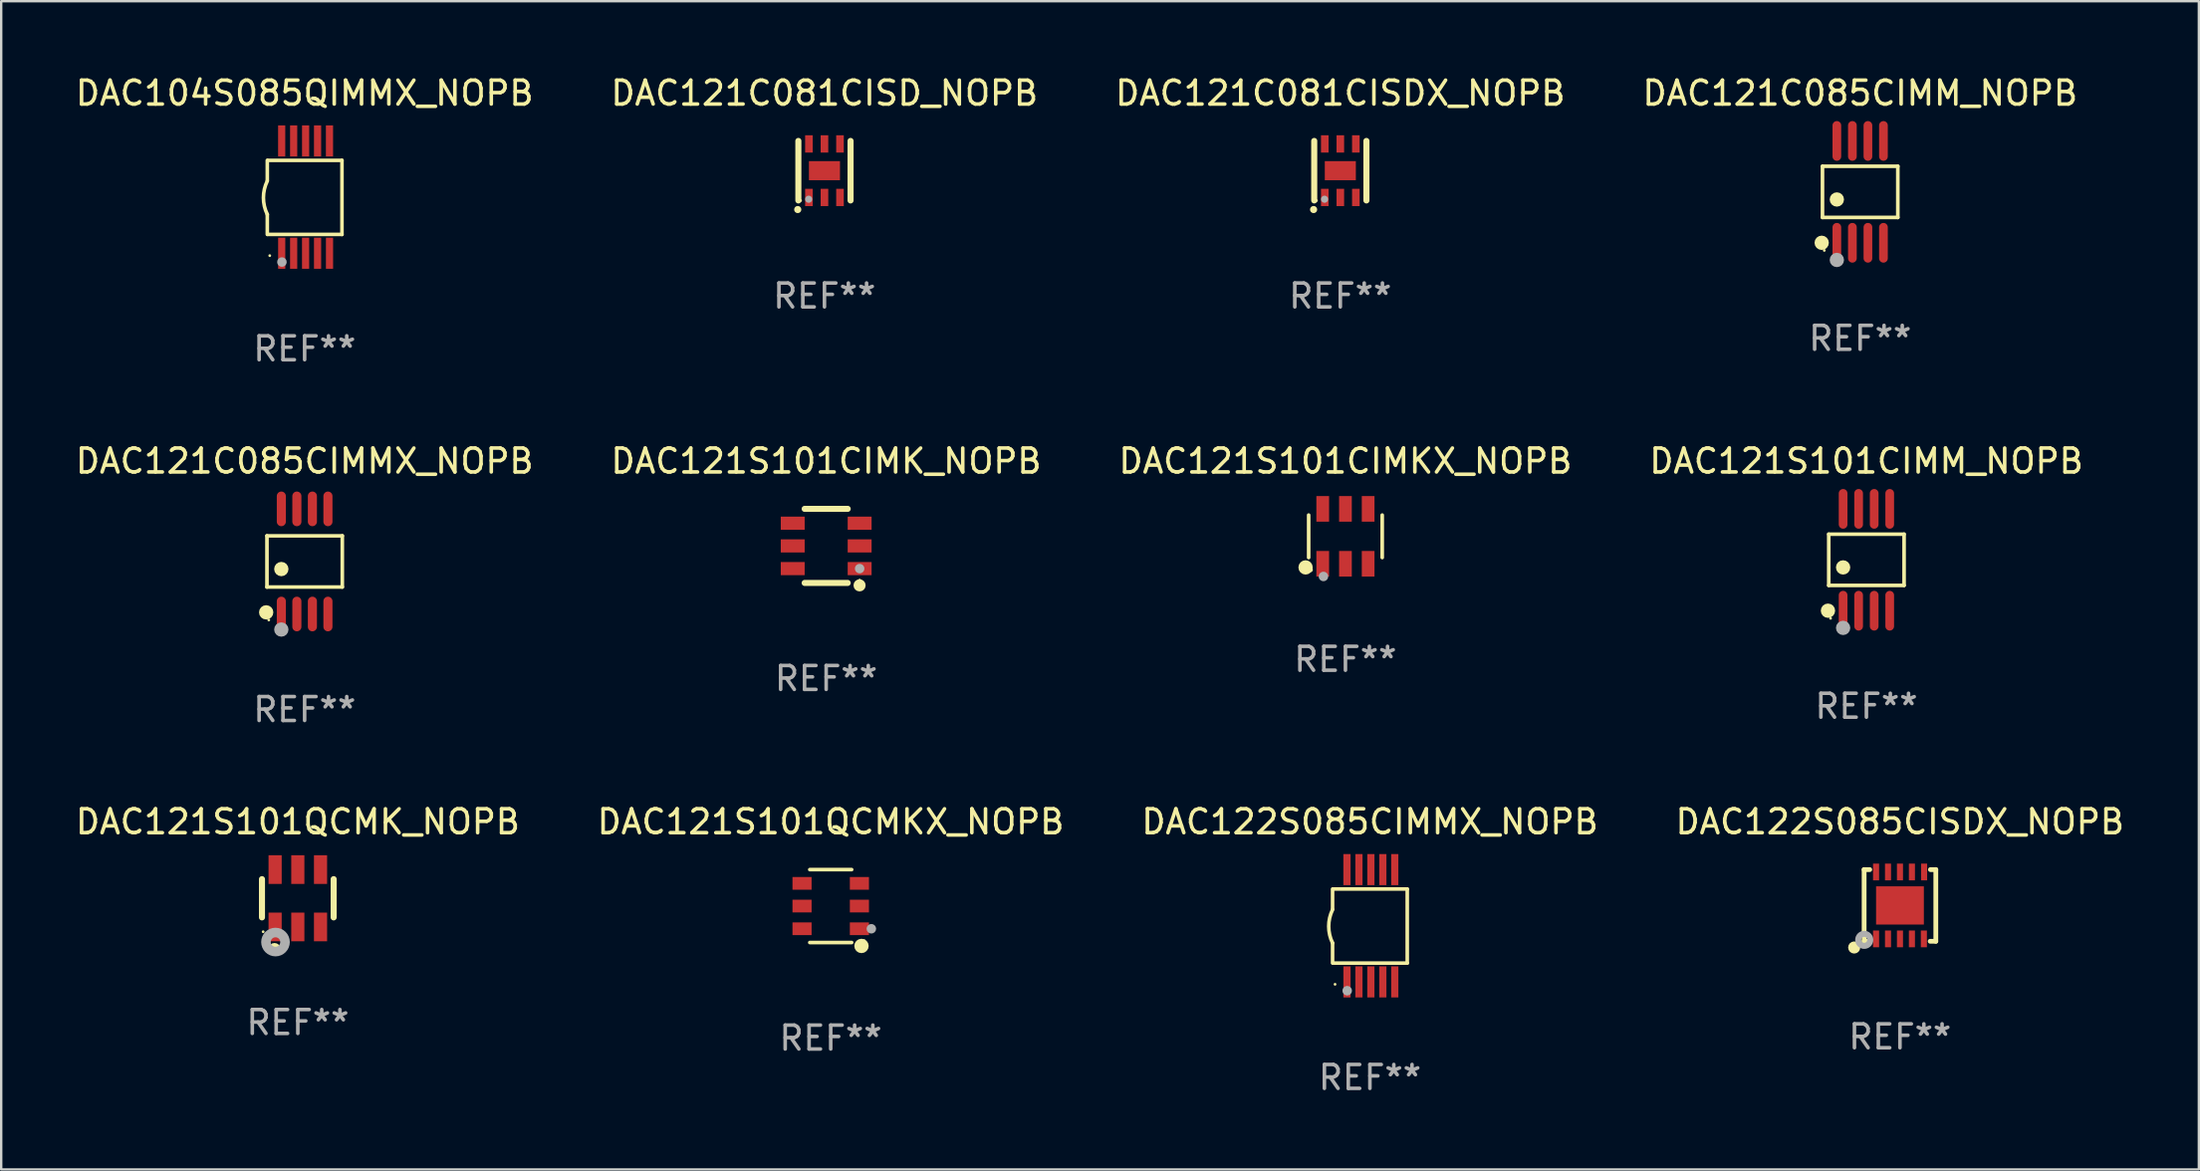
<source format=kicad_pcb>
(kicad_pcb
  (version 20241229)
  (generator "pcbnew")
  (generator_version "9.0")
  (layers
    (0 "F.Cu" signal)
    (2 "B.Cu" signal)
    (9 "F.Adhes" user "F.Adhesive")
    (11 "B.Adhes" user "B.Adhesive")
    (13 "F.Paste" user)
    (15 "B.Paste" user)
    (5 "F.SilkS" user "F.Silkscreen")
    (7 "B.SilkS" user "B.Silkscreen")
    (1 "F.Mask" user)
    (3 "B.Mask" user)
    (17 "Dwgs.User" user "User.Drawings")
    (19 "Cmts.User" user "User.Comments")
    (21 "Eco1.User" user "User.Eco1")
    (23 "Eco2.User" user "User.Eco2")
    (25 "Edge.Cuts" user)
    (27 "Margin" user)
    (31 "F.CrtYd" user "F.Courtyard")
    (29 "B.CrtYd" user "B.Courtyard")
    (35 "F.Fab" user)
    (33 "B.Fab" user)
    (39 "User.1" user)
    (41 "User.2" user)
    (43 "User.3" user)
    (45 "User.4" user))
  (footprint "DAC104S085QIMMX_NOPB"
    (layer "F.Cu")
    (at 9.696 5.198)
    (property "Reference" "DAC104S085QIMMX_NOPB" (at 0 -4.35 0) (layer "F.SilkS") (effects (font (size 1 1) (thickness 0.15))))
    (attr through_hole)
    (fp_line (start -1.562 -1.537) (end -1.562 -0.698) (stroke (width 0.15) (type solid)) (layer "F.SilkS"))
    (fp_line (start -1.562 0.724) (end -1.562 1.562) (stroke (width 0.15) (type solid)) (layer "F.SilkS"))
    (fp_line (start -1.538 -1.537) (end 1.562 -1.537) (stroke (width 0.15) (type solid)) (layer "F.SilkS"))
    (fp_line (start -1.538 1.562) (end 1.562 1.562) (stroke (width 0.15) (type solid)) (layer "F.SilkS"))
    (fp_line (start 1.562 1.564) (end 1.562 -1.537) (stroke (width 0.15) (type solid)) (layer "F.SilkS"))
    (fp_arc (start -1.562103 0.724079) (mid -1.723579 0.025578) (end -1.562103 -0.672924) (stroke (width 0.150013) (type solid)) (layer "F.SilkS"))
    (fp_circle (center -1.459 2.45) (end -1.429 2.45) (stroke (width 0.06) (type solid)) (fill no) (layer "F.SilkS"))
    (fp_circle (center -0.95 2.718) (end -0.85 2.718) (stroke (width 0.2) (type solid)) (fill no) (layer "F.Fab"))
    (fp_text user "REF**" (at 0 6.35 0) (layer "F.Fab") (effects (font (size 1 1) (thickness 0.15))))
    (pad "1" smd rect (at -0.959 2.35) (size 0.3 1.3) (layers "F.Cu" "F.Mask" "F.Paste"))
    (pad "2" smd rect (at -0.459 2.35) (size 0.3 1.3) (layers "F.Cu" "F.Mask" "F.Paste"))
    (pad "3" smd rect (at 0.04 2.35) (size 0.3 1.3) (layers "F.Cu" "F.Mask" "F.Paste"))
    (pad "4" smd rect (at 0.541 2.35) (size 0.3 1.3) (layers "F.Cu" "F.Mask" "F.Paste"))
    (pad "5" smd rect (at 1.041 2.35) (size 0.3 1.3) (layers "F.Cu" "F.Mask" "F.Paste"))
    (pad "6" smd rect (at 1.04 -2.35) (size 0.3 1.3) (layers "F.Cu" "F.Mask" "F.Paste"))
    (pad "7" smd rect (at 0.541 -2.35) (size 0.3 1.3) (layers "F.Cu" "F.Mask" "F.Paste"))
    (pad "8" smd rect (at 0.041 -2.35) (size 0.3 1.3) (layers "F.Cu" "F.Mask" "F.Paste"))
    (pad "9" smd rect (at -0.459 -2.35) (size 0.3 1.3) (layers "F.Cu" "F.Mask" "F.Paste"))
    (pad "10" smd rect (at -0.96 -2.35) (size 0.3 1.3) (layers "F.Cu" "F.Mask" "F.Paste")))
  (footprint "DAC121S101CIMK_NOPB"
    (layer "F.Cu")
    (at 31.518 19.795)
    (property "Reference" "DAC121S101CIMK_NOPB" (at 0 -3.55 0) (layer "F.SilkS") (effects (font (size 1 1) (thickness 0.15))))
    (attr through_hole)
    (fp_line (start -0.9 -1.55) (end 0.9 -1.55) (stroke (width 0.254) (type solid)) (layer "F.SilkS"))
    (fp_line (start -0.9 1.55) (end 0.9 1.55) (stroke (width 0.254) (type solid)) (layer "F.SilkS"))
    (fp_circle (center 1.397 1.651) (end 1.524 1.651) (stroke (width 0.254) (type solid)) (fill no) (layer "F.SilkS"))
    (fp_circle (center 1.4 1.435) (end 1.43 1.435) (stroke (width 0.06) (type solid)) (fill no) (layer "F.SilkS"))
    (fp_circle (center 1.4 0.95) (end 1.5 0.95) (stroke (width 0.2) (type solid)) (fill no) (layer "F.Fab"))
    (fp_text user "REF**" (at 0 5.55 0) (layer "F.Fab") (effects (font (size 1 1) (thickness 0.15))))
    (pad "1" smd rect (at 1.4 0.95) (size 1 0.55) (layers "F.Cu" "F.Mask" "F.Paste"))
    (pad "2" smd rect (at 1.4 -0.000102) (size 1 0.55) (layers "F.Cu" "F.Mask" "F.Paste"))
    (pad "3" smd rect (at 1.4 -0.95) (size 1 0.55) (layers "F.Cu" "F.Mask" "F.Paste"))
    (pad "4" smd rect (at -1.4 -0.95) (size 1 0.55) (layers "F.Cu" "F.Mask" "F.Paste"))
    (pad "5" smd rect (at -1.4 -0.000102) (size 1 0.55) (layers "F.Cu" "F.Mask" "F.Paste"))
    (pad "6" smd rect (at -1.4 0.95) (size 1 0.55) (layers "F.Cu" "F.Mask" "F.Paste")))
  (footprint "DAC121C085CIMMX_NOPB"
    (layer "F.Cu")
    (at 9.696 20.445)
    (property "Reference" "DAC121C085CIMMX_NOPB" (at 0 -4.2 0) (layer "F.SilkS") (effects (font (size 1 1) (thickness 0.15))))
    (attr through_hole)
    (fp_line (start -1.576 -1.071) (end 1.576 -1.071) (stroke (width 0.152) (type solid)) (layer "F.SilkS"))
    (fp_line (start -1.576 1.071) (end -1.576 -1.071) (stroke (width 0.152) (type solid)) (layer "F.SilkS"))
    (fp_line (start 1.576 -1.071) (end 1.576 1.071) (stroke (width 0.152) (type solid)) (layer "F.SilkS"))
    (fp_line (start 1.576 1.071) (end -1.576 1.071) (stroke (width 0.152) (type solid)) (layer "F.SilkS"))
    (fp_circle (center -1.609 2.131) (end -1.459 2.131) (stroke (width 0.3) (type solid)) (fill no) (layer "F.SilkS"))
    (fp_circle (center -1.5 2.45) (end -1.47 2.45) (stroke (width 0.06) (type solid)) (fill no) (layer "F.SilkS"))
    (fp_circle (center -0.975 0.319) (end -0.825 0.319) (stroke (width 0.3) (type solid)) (fill no) (layer "F.SilkS"))
    (fp_circle (center -0.975 2.85) (end -0.825 2.85) (stroke (width 0.3) (type solid)) (fill no) (layer "F.Fab"))
    (fp_text user "REF**" (at 0 6.2 0) (layer "F.Fab") (effects (font (size 1 1) (thickness 0.15))))
    (pad "1" smd oval (at -0.975 2.2) (size 0.38 1.45) (layers "F.Cu" "F.Mask" "F.Paste"))
    (pad "2" smd oval (at -0.325 2.2) (size 0.38 1.45) (layers "F.Cu" "F.Mask" "F.Paste"))
    (pad "3" smd oval (at 0.325 2.2) (size 0.38 1.45) (layers "F.Cu" "F.Mask" "F.Paste"))
    (pad "4" smd oval (at 0.975 2.2) (size 0.38 1.45) (layers "F.Cu" "F.Mask" "F.Paste"))
    (pad "5" smd oval (at 0.975 -2.2) (size 0.38 1.45) (layers "F.Cu" "F.Mask" "F.Paste"))
    (pad "6" smd oval (at 0.325 -2.2) (size 0.38 1.45) (layers "F.Cu" "F.Mask" "F.Paste"))
    (pad "7" smd oval (at -0.325 -2.2) (size 0.38 1.45) (layers "F.Cu" "F.Mask" "F.Paste"))
    (pad "8" smd oval (at -0.975 -2.2) (size 0.38 1.45) (layers "F.Cu" "F.Mask" "F.Paste")))
  (footprint "DAC122S085CIMMX_NOPB"
    (layer "F.Cu")
    (at 54.268 35.691)
    (property "Reference" "DAC122S085CIMMX_NOPB" (at 0 -4.35 0) (layer "F.SilkS") (effects (font (size 1 1) (thickness 0.15))))
    (attr through_hole)
    (fp_line (start -1.562 -1.537) (end -1.562 -0.698) (stroke (width 0.15) (type solid)) (layer "F.SilkS"))
    (fp_line (start -1.562 0.724) (end -1.562 1.562) (stroke (width 0.15) (type solid)) (layer "F.SilkS"))
    (fp_line (start -1.538 -1.537) (end 1.562 -1.537) (stroke (width 0.15) (type solid)) (layer "F.SilkS"))
    (fp_line (start -1.538 1.562) (end 1.562 1.562) (stroke (width 0.15) (type solid)) (layer "F.SilkS"))
    (fp_line (start 1.562 1.564) (end 1.562 -1.537) (stroke (width 0.15) (type solid)) (layer "F.SilkS"))
    (fp_arc (start -1.562103 0.724079) (mid -1.723579 0.025578) (end -1.562103 -0.672924) (stroke (width 0.150013) (type solid)) (layer "F.SilkS"))
    (fp_circle (center -1.459 2.45) (end -1.429 2.45) (stroke (width 0.06) (type solid)) (fill no) (layer "F.SilkS"))
    (fp_circle (center -0.95 2.718) (end -0.85 2.718) (stroke (width 0.2) (type solid)) (fill no) (layer "F.Fab"))
    (fp_text user "REF**" (at 0 6.35 0) (layer "F.Fab") (effects (font (size 1 1) (thickness 0.15))))
    (pad "1" smd rect (at -0.959 2.35) (size 0.3 1.3) (layers "F.Cu" "F.Mask" "F.Paste"))
    (pad "2" smd rect (at -0.459 2.35) (size 0.3 1.3) (layers "F.Cu" "F.Mask" "F.Paste"))
    (pad "3" smd rect (at 0.04 2.35) (size 0.3 1.3) (layers "F.Cu" "F.Mask" "F.Paste"))
    (pad "4" smd rect (at 0.541 2.35) (size 0.3 1.3) (layers "F.Cu" "F.Mask" "F.Paste"))
    (pad "5" smd rect (at 1.041 2.35) (size 0.3 1.3) (layers "F.Cu" "F.Mask" "F.Paste"))
    (pad "6" smd rect (at 1.04 -2.35) (size 0.3 1.3) (layers "F.Cu" "F.Mask" "F.Paste"))
    (pad "7" smd rect (at 0.541 -2.35) (size 0.3 1.3) (layers "F.Cu" "F.Mask" "F.Paste"))
    (pad "8" smd rect (at 0.041 -2.35) (size 0.3 1.3) (layers "F.Cu" "F.Mask" "F.Paste"))
    (pad "9" smd rect (at -0.459 -2.35) (size 0.3 1.3) (layers "F.Cu" "F.Mask" "F.Paste"))
    (pad "10" smd rect (at -0.96 -2.35) (size 0.3 1.3) (layers "F.Cu" "F.Mask" "F.Paste")))
  (footprint "DAC122S085CISDX_NOPB"
    (layer "F.Cu")
    (at 76.446 34.841)
    (property "Reference" "DAC122S085CISDX_NOPB" (at 0 -3.5 0) (layer "F.SilkS") (effects (font (size 1 1) (thickness 0.15))))
    (attr through_hole)
    (fp_line (start -1.5 -1.5) (end -1.5 1.5) (stroke (width 0.2) (type solid)) (layer "F.SilkS"))
    (fp_line (start -1.5 -1.5) (end -1.264 -1.5) (stroke (width 0.2) (type solid)) (layer "F.SilkS"))
    (fp_line (start -1.5 1.5) (end -1.264 1.5) (stroke (width 0.2) (type solid)) (layer "F.SilkS"))
    (fp_line (start 1.264 1.5) (end 1.5 1.5) (stroke (width 0.2) (type solid)) (layer "F.SilkS"))
    (fp_line (start 1.274 -1.5) (end 1.5 -1.5) (stroke (width 0.2) (type solid)) (layer "F.SilkS"))
    (fp_line (start 1.5 -1.5) (end 1.5 1.5) (stroke (width 0.2) (type solid)) (layer "F.SilkS"))
    (fp_circle (center -1.915 1.76) (end -1.788 1.76) (stroke (width 0.254) (type solid)) (fill no) (layer "F.SilkS"))
    (fp_circle (center -1.495 1.5) (end -1.465 1.5) (stroke (width 0.06) (type solid)) (fill no) (layer "F.SilkS"))
    (fp_circle (center -1.495 1.44) (end -1.37 1.44) (stroke (width 0.254) (type solid)) (fill no) (layer "F.Fab"))
    (fp_text user "REF**" (at 0 5.5 0) (layer "F.Fab") (effects (font (size 1 1) (thickness 0.15))))
    (pad "1" smd rect (at -1 1.4) (size 0.254 0.701) (layers "F.Cu" "F.Mask" "F.Paste"))
    (pad "2" smd rect (at -0.5 1.4) (size 0.254 0.701) (layers "F.Cu" "F.Mask" "F.Paste"))
    (pad "3" smd rect (at 0.000076 1.4) (size 0.254 0.701) (layers "F.Cu" "F.Mask" "F.Paste"))
    (pad "4" smd rect (at 0.5 1.4) (size 0.254 0.701) (layers "F.Cu" "F.Mask" "F.Paste"))
    (pad "5" smd rect (at 1 1.4) (size 0.254 0.701) (layers "F.Cu" "F.Mask" "F.Paste"))
    (pad "6" smd rect (at 1.01 -1.4) (size 0.254 0.701) (layers "F.Cu" "F.Mask" "F.Paste"))
    (pad "7" smd rect (at 0.5 -1.4) (size 0.254 0.701) (layers "F.Cu" "F.Mask" "F.Paste"))
    (pad "8" smd rect (at 0.000076 -1.4) (size 0.254 0.701) (layers "F.Cu" "F.Mask" "F.Paste"))
    (pad "9" smd rect (at -0.5 -1.4) (size 0.254 0.701) (layers "F.Cu" "F.Mask" "F.Paste"))
    (pad "10" smd rect (at -1 -1.4) (size 0.254 0.701) (layers "F.Cu" "F.Mask" "F.Paste"))
    (pad "11" smd rect (at 0.000076 -0.000152) (size 2 1.6) (layers "F.Cu" "F.Mask" "F.Paste")))
  (footprint "DAC121S101QCMK_NOPB"
    (layer "F.Cu")
    (at 9.411 34.541)
    (property "Reference" "DAC121S101QCMK_NOPB" (at 0 -3.2 0) (layer "F.SilkS") (effects (font (size 1 1) (thickness 0.15))))
    (attr through_hole)
    (fp_line (start -1.5 0.8) (end -1.5 -0.8) (stroke (width 0.254) (type solid)) (layer "F.SilkS"))
    (fp_line (start 1.5 -0.8) (end 1.5 0.8) (stroke (width 0.254) (type solid)) (layer "F.SilkS"))
    (fp_circle (center -1.45 1.4) (end -1.42 1.4) (stroke (width 0.06) (type solid)) (fill no) (layer "F.SilkS"))
    (fp_circle (center -0.975 2.125) (end -0.848 2.125) (stroke (width 0.254) (type solid)) (fill no) (layer "F.SilkS"))
    (fp_circle (center -0.934 1.832) (end -0.735 1.832) (stroke (width 0.4) (type solid)) (fill no) (layer "F.Fab"))
    (fp_text user "REF**" (at 0 5.2 0) (layer "F.Fab") (effects (font (size 1 1) (thickness 0.15))))
    (pad "1" smd rect (at -0.95 1.2) (size 0.55 1.2) (layers "F.Cu" "F.Mask" "F.Paste"))
    (pad "2" smd rect (at 0 1.2) (size 0.55 1.2) (layers "F.Cu" "F.Mask" "F.Paste"))
    (pad "3" smd rect (at 0.95 1.2) (size 0.55 1.2) (layers "F.Cu" "F.Mask" "F.Paste"))
    (pad "4" smd rect (at 0.95 -1.2) (size 0.55 1.2) (layers "F.Cu" "F.Mask" "F.Paste"))
    (pad "5" smd rect (at 0 -1.2) (size 0.55 1.2) (layers "F.Cu" "F.Mask" "F.Paste"))
    (pad "6" smd rect (at -0.95 -1.2) (size 0.55 1.2) (layers "F.Cu" "F.Mask" "F.Paste")))
  (footprint "DAC121S101QCMKX_NOPB"
    (layer "F.Cu")
    (at 31.708 34.867)
    (property "Reference" "DAC121S101QCMKX_NOPB" (at 0 -3.526 0) (layer "F.SilkS") (effects (font (size 1 1) (thickness 0.15))))
    (attr through_hole)
    (fp_line (start 0.876 -1.526) (end -0.876 -1.526) (stroke (width 0.152) (type solid)) (layer "F.SilkS"))
    (fp_line (start 0.876 1.526) (end -0.876 1.526) (stroke (width 0.152) (type solid)) (layer "F.SilkS"))
    (fp_circle (center 1.287 1.669) (end 1.438 1.669) (stroke (width 0.3) (type solid)) (fill no) (layer "F.SilkS"))
    (fp_circle (center 1.4 1.45) (end 1.43 1.45) (stroke (width 0.06) (type solid)) (fill no) (layer "F.SilkS"))
    (fp_circle (center 1.7 0.95) (end 1.8 0.95) (stroke (width 0.2) (type solid)) (fill no) (layer "F.Fab"))
    (fp_text user "REF**" (at 0 5.526 0) (layer "F.Fab") (effects (font (size 1 1) (thickness 0.15))))
    (pad "1" smd rect (at 1.2 0.95) (size 0.8 0.532) (layers "F.Cu" "F.Mask" "F.Paste"))
    (pad "2" smd rect (at 1.2 0) (size 0.8 0.532) (layers "F.Cu" "F.Mask" "F.Paste"))
    (pad "3" smd rect (at 1.2 -0.95) (size 0.8 0.532) (layers "F.Cu" "F.Mask" "F.Paste"))
    (pad "4" smd rect (at -1.2 -0.95) (size 0.8 0.532) (layers "F.Cu" "F.Mask" "F.Paste"))
    (pad "5" smd rect (at -1.2 0) (size 0.8 0.532) (layers "F.Cu" "F.Mask" "F.Paste"))
    (pad "6" smd rect (at -1.2 0.95) (size 0.8 0.532) (layers "F.Cu" "F.Mask" "F.Paste")))
  (footprint "DAC121C085CIMM_NOPB"
    (layer "F.Cu")
    (at 74.78 4.979)
    (property "Reference" "DAC121C085CIMM_NOPB" (at 0 -4.131 0) (layer "F.SilkS") (effects (font (size 1 1) (thickness 0.15))))
    (attr through_hole)
    (fp_line (start -1.576 -1.071) (end 1.576 -1.071) (stroke (width 0.152) (type solid)) (layer "F.SilkS"))
    (fp_line (start -1.576 1.071) (end -1.576 -1.071) (stroke (width 0.152) (type solid)) (layer "F.SilkS"))
    (fp_line (start 1.576 -1.071) (end 1.576 1.071) (stroke (width 0.152) (type solid)) (layer "F.SilkS"))
    (fp_line (start 1.576 1.071) (end -1.576 1.071) (stroke (width 0.152) (type solid)) (layer "F.SilkS"))
    (fp_circle (center -1.609 2.131) (end -1.459 2.131) (stroke (width 0.3) (type solid)) (fill no) (layer "F.SilkS"))
    (fp_circle (center -1.5 2.45) (end -1.47 2.45) (stroke (width 0.06) (type solid)) (fill no) (layer "F.SilkS"))
    (fp_circle (center -0.975 0.319) (end -0.825 0.319) (stroke (width 0.3) (type solid)) (fill no) (layer "F.SilkS"))
    (fp_circle (center -0.975 2.85) (end -0.825 2.85) (stroke (width 0.3) (type solid)) (fill no) (layer "F.Fab"))
    (fp_text user "REF**" (at 0 6.131 0) (layer "F.Fab") (effects (font (size 1 1) (thickness 0.15))))
    (pad "1" smd oval (at -0.975 2.131) (size 0.364 1.662) (layers "F.Cu" "F.Mask" "F.Paste"))
    (pad "2" smd oval (at -0.325 2.131) (size 0.364 1.662) (layers "F.Cu" "F.Mask" "F.Paste"))
    (pad "3" smd oval (at 0.325 2.131) (size 0.364 1.662) (layers "F.Cu" "F.Mask" "F.Paste"))
    (pad "4" smd oval (at 0.975 2.131) (size 0.364 1.662) (layers "F.Cu" "F.Mask" "F.Paste"))
    (pad "5" smd oval (at 0.975 -2.131) (size 0.364 1.662) (layers "F.Cu" "F.Mask" "F.Paste"))
    (pad "6" smd oval (at 0.325 -2.131) (size 0.364 1.662) (layers "F.Cu" "F.Mask" "F.Paste"))
    (pad "7" smd oval (at -0.325 -2.131) (size 0.364 1.662) (layers "F.Cu" "F.Mask" "F.Paste"))
    (pad "8" smd oval (at -0.975 -2.131) (size 0.364 1.662) (layers "F.Cu" "F.Mask" "F.Paste")))
  (footprint "DAC121S101CIMKX_NOPB"
    (layer "F.Cu")
    (at 53.244 19.394)
    (property "Reference" "DAC121S101CIMKX_NOPB" (at 0 -3.149 0) (layer "F.SilkS") (effects (font (size 1 1) (thickness 0.15))))
    (attr through_hole)
    (fp_line (start -1.539 0.889) (end -1.539 -0.889) (stroke (width 0.152) (type solid)) (layer "F.SilkS"))
    (fp_line (start 1.539 0.889) (end 1.539 -0.889) (stroke (width 0.152) (type solid)) (layer "F.SilkS"))
    (fp_circle (center -1.668 1.301) (end -1.518 1.301) (stroke (width 0.3) (type solid)) (fill no) (layer "F.SilkS"))
    (fp_circle (center -1.463 1.4) (end -1.413 1.4) (stroke (width 0.1) (type solid)) (fill no) (layer "F.SilkS"))
    (fp_circle (center -0.92 1.68) (end -0.82 1.68) (stroke (width 0.2) (type solid)) (fill no) (layer "F.Fab"))
    (fp_text user "REF**" (at 0 5.149 0) (layer "F.Fab") (effects (font (size 1 1) (thickness 0.15))))
    (pad "1" smd rect (at -0.95 1.149) (size 0.532 1.072) (layers "F.Cu" "F.Mask" "F.Paste"))
    (pad "2" smd rect (at 0 1.149) (size 0.532 1.072) (layers "F.Cu" "F.Mask" "F.Paste"))
    (pad "3" smd rect (at 0.95 1.149) (size 0.532 1.072) (layers "F.Cu" "F.Mask" "F.Paste"))
    (pad "4" smd rect (at 0.95 -1.149) (size 0.532 1.072) (layers "F.Cu" "F.Mask" "F.Paste"))
    (pad "5" smd rect (at 0 -1.149) (size 0.532 1.072) (layers "F.Cu" "F.Mask" "F.Paste"))
    (pad "6" smd rect (at -0.95 -1.149) (size 0.532 1.072) (layers "F.Cu" "F.Mask" "F.Paste")))
  (footprint "DAC121S101CIMM_NOPB"
    (layer "F.Cu")
    (at 75.042 20.376)
    (property "Reference" "DAC121S101CIMM_NOPB" (at 0 -4.131 0) (layer "F.SilkS") (effects (font (size 1 1) (thickness 0.15))))
    (attr through_hole)
    (fp_line (start -1.576 -1.071) (end 1.576 -1.071) (stroke (width 0.152) (type solid)) (layer "F.SilkS"))
    (fp_line (start -1.576 1.071) (end -1.576 -1.071) (stroke (width 0.152) (type solid)) (layer "F.SilkS"))
    (fp_line (start 1.576 -1.071) (end 1.576 1.071) (stroke (width 0.152) (type solid)) (layer "F.SilkS"))
    (fp_line (start 1.576 1.071) (end -1.576 1.071) (stroke (width 0.152) (type solid)) (layer "F.SilkS"))
    (fp_circle (center -1.609 2.131) (end -1.459 2.131) (stroke (width 0.3) (type solid)) (fill no) (layer "F.SilkS"))
    (fp_circle (center -1.5 2.45) (end -1.47 2.45) (stroke (width 0.06) (type solid)) (fill no) (layer "F.SilkS"))
    (fp_circle (center -0.975 0.319) (end -0.825 0.319) (stroke (width 0.3) (type solid)) (fill no) (layer "F.SilkS"))
    (fp_circle (center -0.975 2.85) (end -0.825 2.85) (stroke (width 0.3) (type solid)) (fill no) (layer "F.Fab"))
    (fp_text user "REF**" (at 0 6.131 0) (layer "F.Fab") (effects (font (size 1 1) (thickness 0.15))))
    (pad "1" smd oval (at -0.975 2.131) (size 0.364 1.662) (layers "F.Cu" "F.Mask" "F.Paste"))
    (pad "2" smd oval (at -0.325 2.131) (size 0.364 1.662) (layers "F.Cu" "F.Mask" "F.Paste"))
    (pad "3" smd oval (at 0.325 2.131) (size 0.364 1.662) (layers "F.Cu" "F.Mask" "F.Paste"))
    (pad "4" smd oval (at 0.975 2.131) (size 0.364 1.662) (layers "F.Cu" "F.Mask" "F.Paste"))
    (pad "5" smd oval (at 0.975 -2.131) (size 0.364 1.662) (layers "F.Cu" "F.Mask" "F.Paste"))
    (pad "6" smd oval (at 0.325 -2.131) (size 0.364 1.662) (layers "F.Cu" "F.Mask" "F.Paste"))
    (pad "7" smd oval (at -0.325 -2.131) (size 0.364 1.662) (layers "F.Cu" "F.Mask" "F.Paste"))
    (pad "8" smd oval (at -0.975 -2.131) (size 0.364 1.662) (layers "F.Cu" "F.Mask" "F.Paste")))
  (footprint "DAC121C081CISD_NOPB"
    (layer "F.Cu")
    (at 31.446 4.093)
    (property "Reference" "DAC121C081CISD_NOPB" (at 0 -3.245 0) (layer "F.SilkS") (effects (font (size 1 1) (thickness 0.15))))
    (attr through_hole)
    (fp_line (start -1.092 1.245) (end -1.092 -1.245) (stroke (width 0.254) (type solid)) (layer "F.SilkS"))
    (fp_line (start 1.092 -1.245) (end 1.092 1.245) (stroke (width 0.254) (type solid)) (layer "F.SilkS"))
    (fp_circle (center -1.118 1.626) (end -1.043 1.626) (stroke (width 0.15) (type solid)) (fill no) (layer "F.SilkS"))
    (fp_circle (center -1 1.25) (end -0.97 1.25) (stroke (width 0.06) (type solid)) (fill no) (layer "F.SilkS"))
    (fp_circle (center -0.66 1.194) (end -0.585 1.194) (stroke (width 0.15) (type solid)) (fill no) (layer "F.Fab"))
    (fp_text user "REF**" (at 0 5.245 0) (layer "F.Fab") (effects (font (size 1 1) (thickness 0.15))))
    (pad "1" smd rect (at -0.65 1.12 180) (size 0.318 0.724) (layers "F.Cu" "F.Mask" "F.Paste"))
    (pad "2" smd rect (at 0 1.12 180) (size 0.318 0.724) (layers "F.Cu" "F.Mask" "F.Paste"))
    (pad "3" smd rect (at 0.65 1.12 180) (size 0.318 0.724) (layers "F.Cu" "F.Mask" "F.Paste"))
    (pad "4" smd rect (at 0.65 -1.12 180) (size 0.318 0.724) (layers "F.Cu" "F.Mask" "F.Paste"))
    (pad "5" smd rect (at 0 -1.12 180) (size 0.318 0.724) (layers "F.Cu" "F.Mask" "F.Paste"))
    (pad "6" smd rect (at -0.65 -1.12 180) (size 0.318 0.724) (layers "F.Cu" "F.Mask" "F.Paste"))
    (pad "7" smd rect (at 0 0 90) (size 0.8 1.3) (layers "F.Cu" "F.Mask" "F.Paste")))
  (footprint "DAC121C081CISDX_NOPB"
    (layer "F.Cu")
    (at 53.03 4.093)
    (property "Reference" "DAC121C081CISDX_NOPB" (at 0 -3.245 0) (layer "F.SilkS") (effects (font (size 1 1) (thickness 0.15))))
    (attr through_hole)
    (fp_line (start -1.092 1.245) (end -1.092 -1.245) (stroke (width 0.254) (type solid)) (layer "F.SilkS"))
    (fp_line (start 1.092 -1.245) (end 1.092 1.245) (stroke (width 0.254) (type solid)) (layer "F.SilkS"))
    (fp_circle (center -1.118 1.626) (end -1.043 1.626) (stroke (width 0.15) (type solid)) (fill no) (layer "F.SilkS"))
    (fp_circle (center -1 1.25) (end -0.97 1.25) (stroke (width 0.06) (type solid)) (fill no) (layer "F.SilkS"))
    (fp_circle (center -0.66 1.194) (end -0.585 1.194) (stroke (width 0.15) (type solid)) (fill no) (layer "F.Fab"))
    (fp_text user "REF**" (at 0 5.245 0) (layer "F.Fab") (effects (font (size 1 1) (thickness 0.15))))
    (pad "1" smd rect (at -0.65 1.12 180) (size 0.318 0.724) (layers "F.Cu" "F.Mask" "F.Paste"))
    (pad "2" smd rect (at 0 1.12 180) (size 0.318 0.724) (layers "F.Cu" "F.Mask" "F.Paste"))
    (pad "3" smd rect (at 0.65 1.12 180) (size 0.318 0.724) (layers "F.Cu" "F.Mask" "F.Paste"))
    (pad "4" smd rect (at 0.65 -1.12 180) (size 0.318 0.724) (layers "F.Cu" "F.Mask" "F.Paste"))
    (pad "5" smd rect (at 0 -1.12 180) (size 0.318 0.724) (layers "F.Cu" "F.Mask" "F.Paste"))
    (pad "6" smd rect (at -0.65 -1.12 180) (size 0.318 0.724) (layers "F.Cu" "F.Mask" "F.Paste"))
    (pad "7" smd rect (at 0 0 90) (size 0.8 1.3) (layers "F.Cu" "F.Mask" "F.Paste")))
  (gr_rect
    (start -3 -3)
    (end 88.952 45.889)
    (stroke (width 0.1) (type default))
    (fill no)
    (layer "Edge.Cuts")))
</source>
